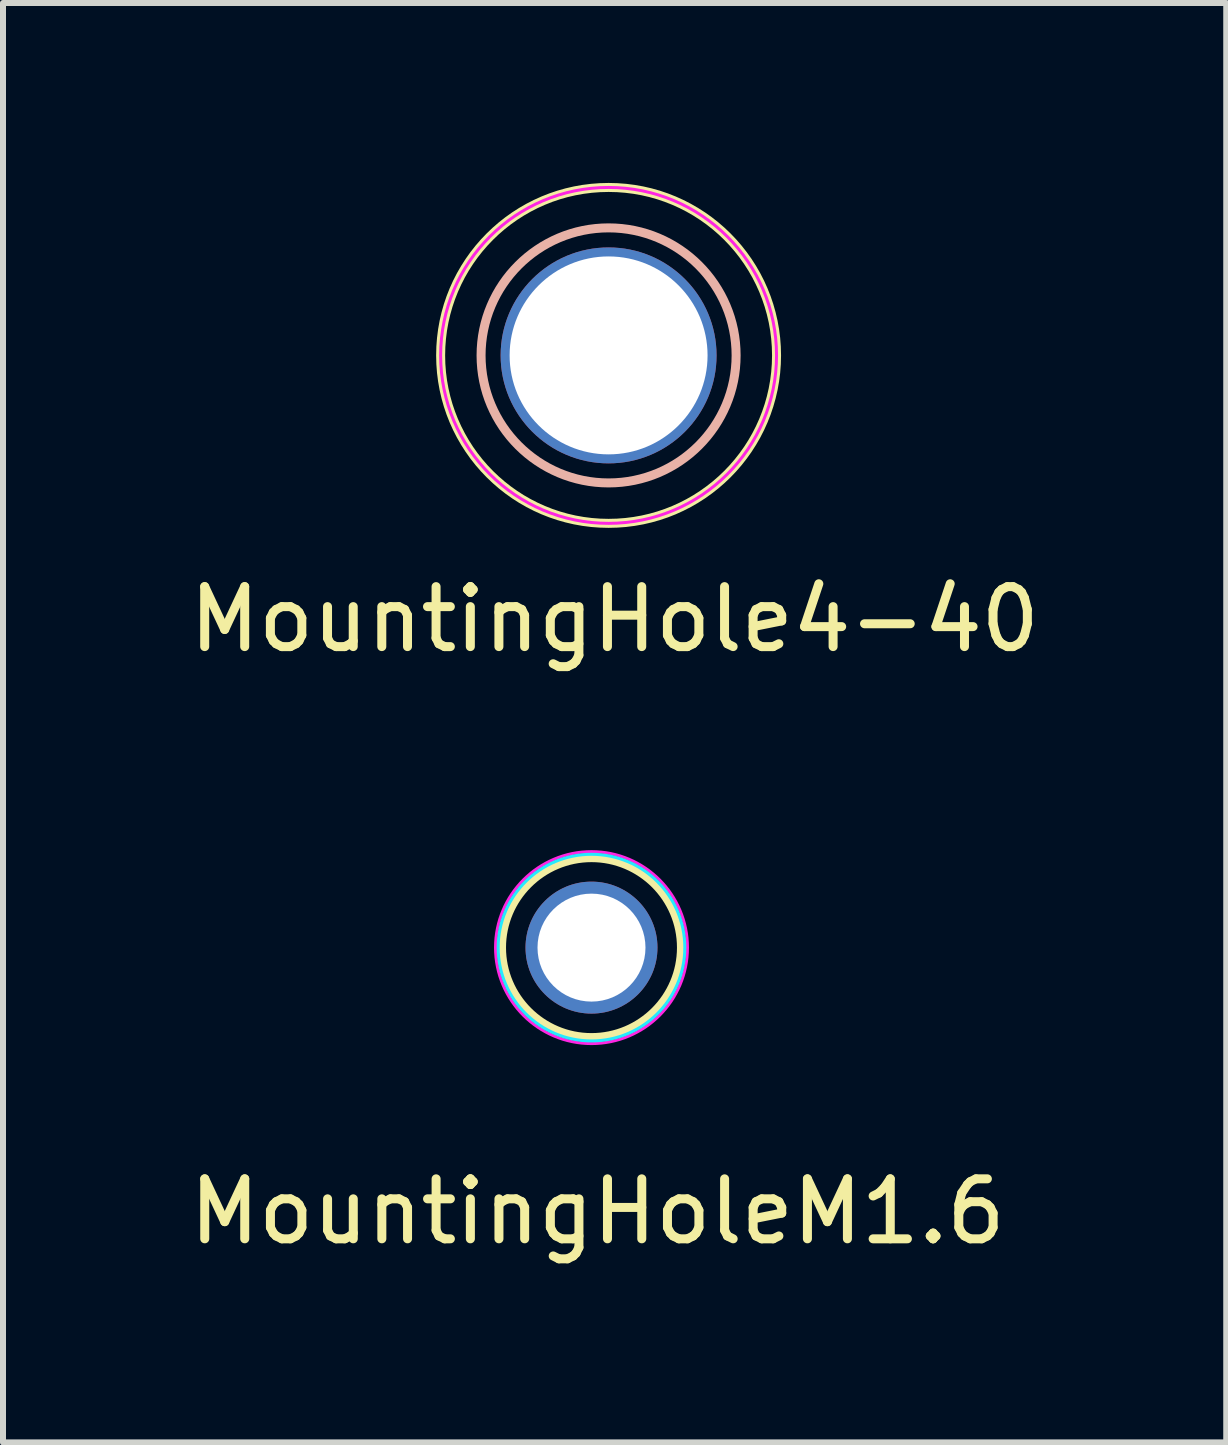
<source format=kicad_pcb>
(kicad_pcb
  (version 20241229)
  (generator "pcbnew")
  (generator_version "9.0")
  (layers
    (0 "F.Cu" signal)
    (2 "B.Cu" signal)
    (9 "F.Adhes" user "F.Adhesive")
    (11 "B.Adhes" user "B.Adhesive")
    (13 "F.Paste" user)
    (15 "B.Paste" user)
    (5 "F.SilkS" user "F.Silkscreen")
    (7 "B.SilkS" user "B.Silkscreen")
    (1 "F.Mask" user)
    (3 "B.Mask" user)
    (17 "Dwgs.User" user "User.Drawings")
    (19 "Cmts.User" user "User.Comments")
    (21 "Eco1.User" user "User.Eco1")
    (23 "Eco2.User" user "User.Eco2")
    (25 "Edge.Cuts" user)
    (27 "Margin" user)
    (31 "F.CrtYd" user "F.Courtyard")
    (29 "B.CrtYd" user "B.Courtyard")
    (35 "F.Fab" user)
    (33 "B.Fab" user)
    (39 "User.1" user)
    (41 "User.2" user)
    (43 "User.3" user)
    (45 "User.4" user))
  (footprint "MountingHoleM1.6"
    (layer "F.Cu")
    (at 6.811 12.748)
    (property "Reference" "MountingHoleM1.6" (at 0.1 4.4 0) (layer "F.SilkS") (effects (font (size 1 1) (thickness 0.15))))
    (attr through_hole)
    (fp_circle (center 0 0) (end -1.5 0) (stroke (width 0.15) (type solid)) (fill no) (layer "F.SilkS"))
    (fp_circle (center 0 0) (end -1.1 -1.1) (stroke (width 0.05) (type solid)) (fill no) (layer "B.CrtYd"))
    (fp_circle (center 0 0) (end -1.6 0) (stroke (width 0.05) (type solid)) (fill no) (layer "F.CrtYd"))
    (pad "MNT" thru_hole circle (at 0 0) (size 2.2 2.2) (drill 1.8) (layers "*.Cu" "*.Mask")))
  (footprint "MountingHole4-40"
    (layer "F.Cu")
    (at 7.096 2.875)
    (property "Reference" "MountingHole4-40" (at 0.1 4.4 0) (layer "F.SilkS") (effects (font (size 1 1) (thickness 0.15))))
    (attr through_hole)
    (fp_circle (center 0 0) (end 0 -2.8) (stroke (width 0.15) (type solid)) (fill no) (layer "F.SilkS"))
    (fp_circle (center 0 0) (end -1.4 -1.6) (stroke (width 0.15) (type solid)) (fill no) (layer "B.SilkS"))
    (fp_circle (center 0 0) (end -1 -1) (stroke (width 0.05) (type solid)) (fill no) (layer "B.CrtYd"))
    (fp_circle (center 0 0) (end 0 -2.8) (stroke (width 0.05) (type solid)) (fill no) (layer "F.CrtYd"))
    (pad "MNT" thru_hole circle (at 0 0) (size 3.6 3.6) (drill 3.3) (layers "*.Cu" "*.Mask")))
  (gr_rect
    (start -3 -3)
    (end 17.393 20.997)
    (stroke (width 0.1) (type default))
    (fill no)
    (layer "Edge.Cuts")))
</source>
